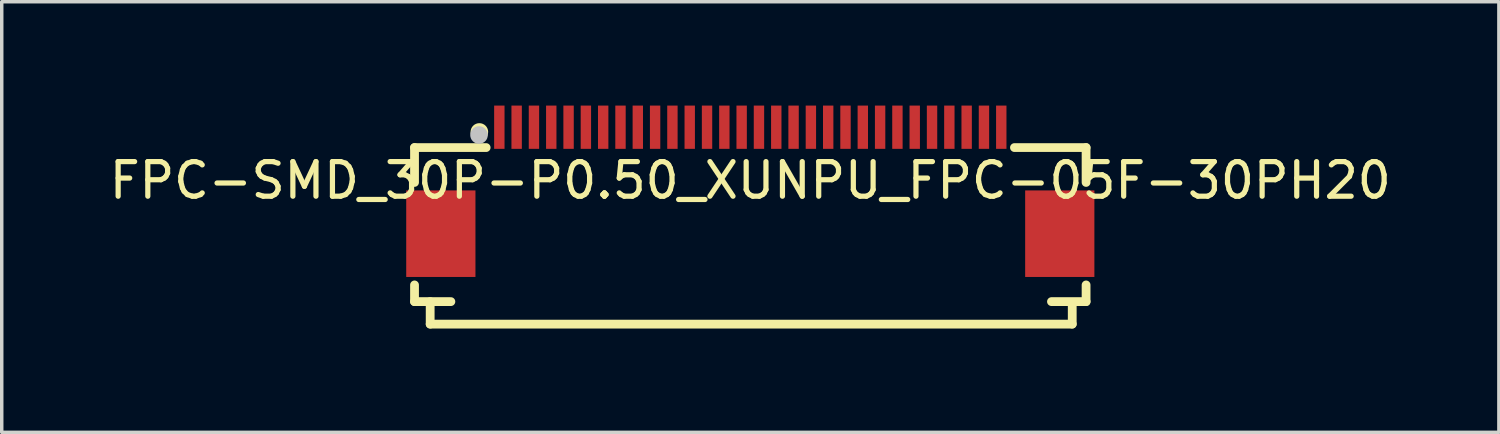
<source format=kicad_pcb>
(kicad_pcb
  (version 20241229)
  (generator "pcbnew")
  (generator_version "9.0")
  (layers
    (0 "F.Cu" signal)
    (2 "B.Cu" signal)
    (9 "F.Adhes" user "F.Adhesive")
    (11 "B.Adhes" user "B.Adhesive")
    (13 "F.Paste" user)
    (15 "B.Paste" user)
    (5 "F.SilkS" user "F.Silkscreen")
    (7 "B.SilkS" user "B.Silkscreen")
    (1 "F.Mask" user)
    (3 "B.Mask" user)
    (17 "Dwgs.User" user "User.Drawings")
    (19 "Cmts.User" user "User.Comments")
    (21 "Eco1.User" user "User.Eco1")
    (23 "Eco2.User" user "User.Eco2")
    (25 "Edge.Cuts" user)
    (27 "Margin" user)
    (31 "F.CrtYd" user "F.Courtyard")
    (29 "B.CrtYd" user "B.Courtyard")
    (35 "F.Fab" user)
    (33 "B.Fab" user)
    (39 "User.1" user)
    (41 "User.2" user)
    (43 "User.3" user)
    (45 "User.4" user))
  (footprint "FPC-SMD_30P-P0.50_XUNPU_FPC-05F-30PH20"
    (layer "F.Cu")
    (at 18.625 2.163)
    (property "Reference" "FPC-SMD_30P-P0.50_XUNPU_FPC-05F-30PH20" (at 0 0 0) (layer "F.SilkS") (effects (font (size 1 1) (thickness 0.15))))
    (fp_line (start -9.7 -0.95) (end -9.7 0.057) (stroke (width 0.254) (type default)) (layer "F.SilkS"))
    (fp_line (start -9.7 3.018) (end -9.7 3.5) (stroke (width 0.254) (type default)) (layer "F.SilkS"))
    (fp_line (start -9.7 3.5) (end -8.65 3.5) (stroke (width 0.254) (type default)) (layer "F.SilkS"))
    (fp_line (start -9.248 3.5) (end -9.248 4.15) (stroke (width 0.254) (type default)) (layer "F.SilkS"))
    (fp_line (start -9.248 4.15) (end 9.3 4.15) (stroke (width 0.254) (type default)) (layer "F.SilkS"))
    (fp_line (start -7.631 -0.95) (end -9.7 -0.95) (stroke (width 0.254) (type default)) (layer "F.SilkS"))
    (fp_line (start 8.7 3.5) (end 9.7 3.5) (stroke (width 0.254) (type default)) (layer "F.SilkS"))
    (fp_line (start 9.3 4.15) (end 9.3 3.55) (stroke (width 0.254) (type default)) (layer "F.SilkS"))
    (fp_line (start 9.7 -0.95) (end 7.631 -0.95) (stroke (width 0.254) (type default)) (layer "F.SilkS"))
    (fp_line (start 9.7 0.057) (end 9.7 -0.95) (stroke (width 0.254) (type default)) (layer "F.SilkS"))
    (fp_line (start 9.7 3.5) (end 9.7 3.018) (stroke (width 0.254) (type default)) (layer "F.SilkS"))
    (fp_circle (center -7.827 -1.401) (end -7.7 -1.401) (stroke (width 0.254) (type default)) (fill no) (layer "F.SilkS"))
    (fp_circle (center -7.837 -1.313) (end -7.71 -1.313) (stroke (width 0.254) (type default)) (fill no) (layer "Dwgs.User"))
    (fp_poly (pts (xy -9.69 0.637) (xy -8.19 0.637) (xy -8.19 2.438) (xy -9.69 2.438)) (stroke (width 0.1) (type default)) (fill no) (layer "User.1"))
    (fp_poly (pts (xy -7.35 -1.755) (xy -7.15 -1.755) (xy -7.15 -0.755) (xy -7.35 -0.755)) (stroke (width 0.1) (type default)) (fill no) (layer "User.1"))
    (fp_poly (pts (xy -6.85 -1.755) (xy -6.65 -1.755) (xy -6.65 -0.755) (xy -6.85 -0.755)) (stroke (width 0.1) (type default)) (fill no) (layer "User.1"))
    (fp_poly (pts (xy -6.35 -1.755) (xy -6.15 -1.755) (xy -6.15 -0.755) (xy -6.35 -0.755)) (stroke (width 0.1) (type default)) (fill no) (layer "User.1"))
    (fp_poly (pts (xy -5.85 -1.755) (xy -5.65 -1.755) (xy -5.65 -0.755) (xy -5.85 -0.755)) (stroke (width 0.1) (type default)) (fill no) (layer "User.1"))
    (fp_poly (pts (xy -5.35 -1.755) (xy -5.15 -1.755) (xy -5.15 -0.755) (xy -5.35 -0.755)) (stroke (width 0.1) (type default)) (fill no) (layer "User.1"))
    (fp_poly (pts (xy -4.85 -1.755) (xy -4.65 -1.755) (xy -4.65 -0.755) (xy -4.85 -0.755)) (stroke (width 0.1) (type default)) (fill no) (layer "User.1"))
    (fp_poly (pts (xy -4.35 -1.755) (xy -4.15 -1.755) (xy -4.15 -0.755) (xy -4.35 -0.755)) (stroke (width 0.1) (type default)) (fill no) (layer "User.1"))
    (fp_poly (pts (xy -3.85 -1.755) (xy -3.65 -1.755) (xy -3.65 -0.755) (xy -3.85 -0.755)) (stroke (width 0.1) (type default)) (fill no) (layer "User.1"))
    (fp_poly (pts (xy -3.35 -1.755) (xy -3.15 -1.755) (xy -3.15 -0.755) (xy -3.35 -0.755)) (stroke (width 0.1) (type default)) (fill no) (layer "User.1"))
    (fp_poly (pts (xy -2.85 -1.755) (xy -2.65 -1.755) (xy -2.65 -0.755) (xy -2.85 -0.755)) (stroke (width 0.1) (type default)) (fill no) (layer "User.1"))
    (fp_poly (pts (xy -2.35 -1.755) (xy -2.15 -1.755) (xy -2.15 -0.755) (xy -2.35 -0.755)) (stroke (width 0.1) (type default)) (fill no) (layer "User.1"))
    (fp_poly (pts (xy -1.85 -1.755) (xy -1.65 -1.755) (xy -1.65 -0.755) (xy -1.85 -0.755)) (stroke (width 0.1) (type default)) (fill no) (layer "User.1"))
    (fp_poly (pts (xy -1.35 -1.755) (xy -1.15 -1.755) (xy -1.15 -0.755) (xy -1.35 -0.755)) (stroke (width 0.1) (type default)) (fill no) (layer "User.1"))
    (fp_poly (pts (xy -0.85 -1.755) (xy -0.65 -1.755) (xy -0.65 -0.755) (xy -0.85 -0.755)) (stroke (width 0.1) (type default)) (fill no) (layer "User.1"))
    (fp_poly (pts (xy -0.35 -1.755) (xy -0.15 -1.755) (xy -0.15 -0.755) (xy -0.35 -0.755)) (stroke (width 0.1) (type default)) (fill no) (layer "User.1"))
    (fp_poly (pts (xy 0.15 -1.755) (xy 0.35 -1.755) (xy 0.35 -0.755) (xy 0.15 -0.755)) (stroke (width 0.1) (type default)) (fill no) (layer "User.1"))
    (fp_poly (pts (xy 0.65 -1.755) (xy 0.85 -1.755) (xy 0.85 -0.755) (xy 0.65 -0.755)) (stroke (width 0.1) (type default)) (fill no) (layer "User.1"))
    (fp_poly (pts (xy 1.15 -1.755) (xy 1.35 -1.755) (xy 1.35 -0.755) (xy 1.15 -0.755)) (stroke (width 0.1) (type default)) (fill no) (layer "User.1"))
    (fp_poly (pts (xy 1.65 -1.755) (xy 1.85 -1.755) (xy 1.85 -0.755) (xy 1.65 -0.755)) (stroke (width 0.1) (type default)) (fill no) (layer "User.1"))
    (fp_poly (pts (xy 2.15 -1.755) (xy 2.35 -1.755) (xy 2.35 -0.755) (xy 2.15 -0.755)) (stroke (width 0.1) (type default)) (fill no) (layer "User.1"))
    (fp_poly (pts (xy 2.65 -1.755) (xy 2.85 -1.755) (xy 2.85 -0.755) (xy 2.65 -0.755)) (stroke (width 0.1) (type default)) (fill no) (layer "User.1"))
    (fp_poly (pts (xy 3.15 -1.755) (xy 3.35 -1.755) (xy 3.35 -0.755) (xy 3.15 -0.755)) (stroke (width 0.1) (type default)) (fill no) (layer "User.1"))
    (fp_poly (pts (xy 3.65 -1.755) (xy 3.85 -1.755) (xy 3.85 -0.755) (xy 3.65 -0.755)) (stroke (width 0.1) (type default)) (fill no) (layer "User.1"))
    (fp_poly (pts (xy 4.15 -1.755) (xy 4.35 -1.755) (xy 4.35 -0.755) (xy 4.15 -0.755)) (stroke (width 0.1) (type default)) (fill no) (layer "User.1"))
    (fp_poly (pts (xy 4.65 -1.755) (xy 4.85 -1.755) (xy 4.85 -0.755) (xy 4.65 -0.755)) (stroke (width 0.1) (type default)) (fill no) (layer "User.1"))
    (fp_poly (pts (xy 5.15 -1.755) (xy 5.35 -1.755) (xy 5.35 -0.755) (xy 5.15 -0.755)) (stroke (width 0.1) (type default)) (fill no) (layer "User.1"))
    (fp_poly (pts (xy 5.65 -1.755) (xy 5.85 -1.755) (xy 5.85 -0.755) (xy 5.65 -0.755)) (stroke (width 0.1) (type default)) (fill no) (layer "User.1"))
    (fp_poly (pts (xy 6.15 -1.755) (xy 6.35 -1.755) (xy 6.35 -0.755) (xy 6.15 -0.755)) (stroke (width 0.1) (type default)) (fill no) (layer "User.1"))
    (fp_poly (pts (xy 6.65 -1.755) (xy 6.85 -1.755) (xy 6.85 -0.755) (xy 6.65 -0.755)) (stroke (width 0.1) (type default)) (fill no) (layer "User.1"))
    (fp_poly (pts (xy 7.15 -1.755) (xy 7.35 -1.755) (xy 7.35 -0.755) (xy 7.15 -0.755)) (stroke (width 0.1) (type default)) (fill no) (layer "User.1"))
    (fp_poly (pts (xy 8.19 0.637) (xy 9.69 0.637) (xy 9.69 2.438) (xy 8.19 2.438)) (stroke (width 0.1) (type default)) (fill no) (layer "User.1"))
    (fp_line (start -9.7 -0.965) (end 9.7 -0.965) (stroke (width 0.051) (type default)) (layer "User.2"))
    (fp_line (start -9.7 4.155) (end -9.7 -0.965) (stroke (width 0.051) (type default)) (layer "User.2"))
    (fp_line (start 9.7 -0.965) (end 9.7 4.155) (stroke (width 0.051) (type default)) (layer "User.2"))
    (fp_line (start 9.7 4.155) (end -9.7 4.155) (stroke (width 0.051) (type default)) (layer "User.2"))
    (fp_poly (pts (xy -9.64 -1.755) (xy -9.658 -1.797) (xy -9.7 -1.815) (xy -9.742 -1.797) (xy -9.76 -1.755) (xy -9.742 -1.713) (xy -9.7 -1.695) (xy -9.658 -1.713)) (stroke (width 0.1) (type default)) (fill no) (layer "User.3"))
    (pad "1" smd rect (at -7.25 -1.538) (size 0.3 1.25) (layers "F.Cu" "F.Mask" "F.Paste"))
    (pad "2" smd rect (at -6.75 -1.538) (size 0.3 1.25) (layers "F.Cu" "F.Mask" "F.Paste"))
    (pad "3" smd rect (at -6.25 -1.538) (size 0.3 1.25) (layers "F.Cu" "F.Mask" "F.Paste"))
    (pad "4" smd rect (at -5.75 -1.538) (size 0.3 1.25) (layers "F.Cu" "F.Mask" "F.Paste"))
    (pad "5" smd rect (at -5.25 -1.538) (size 0.3 1.25) (layers "F.Cu" "F.Mask" "F.Paste"))
    (pad "6" smd rect (at -4.75 -1.538) (size 0.3 1.25) (layers "F.Cu" "F.Mask" "F.Paste"))
    (pad "7" smd rect (at -4.25 -1.538) (size 0.3 1.25) (layers "F.Cu" "F.Mask" "F.Paste"))
    (pad "8" smd rect (at -3.75 -1.538) (size 0.3 1.25) (layers "F.Cu" "F.Mask" "F.Paste"))
    (pad "9" smd rect (at -3.25 -1.538) (size 0.3 1.25) (layers "F.Cu" "F.Mask" "F.Paste"))
    (pad "10" smd rect (at -2.75 -1.538) (size 0.3 1.25) (layers "F.Cu" "F.Mask" "F.Paste"))
    (pad "11" smd rect (at -2.25 -1.538) (size 0.3 1.25) (layers "F.Cu" "F.Mask" "F.Paste"))
    (pad "12" smd rect (at -1.75 -1.538) (size 0.3 1.25) (layers "F.Cu" "F.Mask" "F.Paste"))
    (pad "13" smd rect (at -1.25 -1.538) (size 0.3 1.25) (layers "F.Cu" "F.Mask" "F.Paste"))
    (pad "14" smd rect (at -0.75 -1.538) (size 0.3 1.25) (layers "F.Cu" "F.Mask" "F.Paste"))
    (pad "15" smd rect (at -0.25 -1.538) (size 0.3 1.25) (layers "F.Cu" "F.Mask" "F.Paste"))
    (pad "16" smd rect (at 0.25 -1.538) (size 0.3 1.25) (layers "F.Cu" "F.Mask" "F.Paste"))
    (pad "17" smd rect (at 0.75 -1.538) (size 0.3 1.25) (layers "F.Cu" "F.Mask" "F.Paste"))
    (pad "18" smd rect (at 1.25 -1.538) (size 0.3 1.25) (layers "F.Cu" "F.Mask" "F.Paste"))
    (pad "19" smd rect (at 1.75 -1.538) (size 0.3 1.25) (layers "F.Cu" "F.Mask" "F.Paste"))
    (pad "20" smd rect (at 2.25 -1.538) (size 0.3 1.25) (layers "F.Cu" "F.Mask" "F.Paste"))
    (pad "21" smd rect (at 2.75 -1.538) (size 0.3 1.25) (layers "F.Cu" "F.Mask" "F.Paste"))
    (pad "22" smd rect (at 3.25 -1.538) (size 0.3 1.25) (layers "F.Cu" "F.Mask" "F.Paste"))
    (pad "23" smd rect (at 3.75 -1.538) (size 0.3 1.25) (layers "F.Cu" "F.Mask" "F.Paste"))
    (pad "24" smd rect (at 4.25 -1.538) (size 0.3 1.25) (layers "F.Cu" "F.Mask" "F.Paste"))
    (pad "25" smd rect (at 4.75 -1.538) (size 0.3 1.25) (layers "F.Cu" "F.Mask" "F.Paste"))
    (pad "26" smd rect (at 5.25 -1.538) (size 0.3 1.25) (layers "F.Cu" "F.Mask" "F.Paste"))
    (pad "27" smd rect (at 5.75 -1.538) (size 0.3 1.25) (layers "F.Cu" "F.Mask" "F.Paste"))
    (pad "28" smd rect (at 6.25 -1.538) (size 0.3 1.25) (layers "F.Cu" "F.Mask" "F.Paste"))
    (pad "29" smd rect (at 6.75 -1.538) (size 0.3 1.25) (layers "F.Cu" "F.Mask" "F.Paste"))
    (pad "30" smd rect (at 7.25 -1.538) (size 0.3 1.25) (layers "F.Cu" "F.Mask" "F.Paste"))
    (pad "31" smd rect (at 8.94 1.538) (size 2 2.5) (layers "F.Cu" "F.Mask" "F.Paste"))
    (pad "32" smd rect (at -8.94 1.538) (size 2 2.5) (layers "F.Cu" "F.Mask" "F.Paste")))
  (gr_rect
    (start -3 -3)
    (end 40.25 9.44)
    (stroke (width 0.1) (type default))
    (fill no)
    (layer "Edge.Cuts")))
</source>
